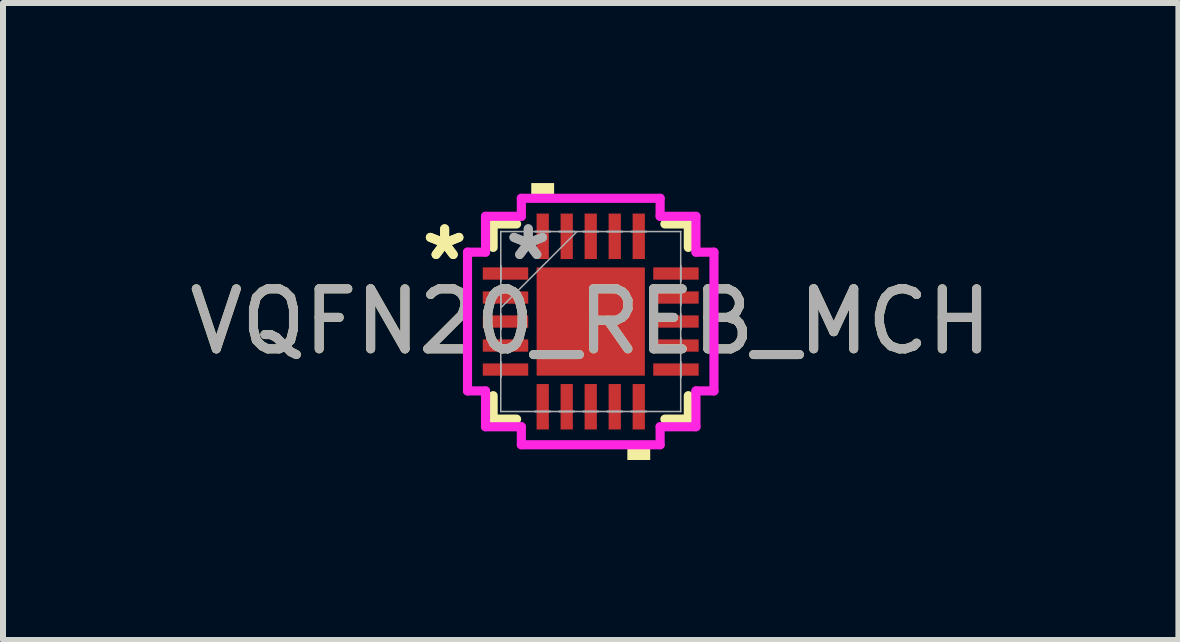
<source format=kicad_pcb>
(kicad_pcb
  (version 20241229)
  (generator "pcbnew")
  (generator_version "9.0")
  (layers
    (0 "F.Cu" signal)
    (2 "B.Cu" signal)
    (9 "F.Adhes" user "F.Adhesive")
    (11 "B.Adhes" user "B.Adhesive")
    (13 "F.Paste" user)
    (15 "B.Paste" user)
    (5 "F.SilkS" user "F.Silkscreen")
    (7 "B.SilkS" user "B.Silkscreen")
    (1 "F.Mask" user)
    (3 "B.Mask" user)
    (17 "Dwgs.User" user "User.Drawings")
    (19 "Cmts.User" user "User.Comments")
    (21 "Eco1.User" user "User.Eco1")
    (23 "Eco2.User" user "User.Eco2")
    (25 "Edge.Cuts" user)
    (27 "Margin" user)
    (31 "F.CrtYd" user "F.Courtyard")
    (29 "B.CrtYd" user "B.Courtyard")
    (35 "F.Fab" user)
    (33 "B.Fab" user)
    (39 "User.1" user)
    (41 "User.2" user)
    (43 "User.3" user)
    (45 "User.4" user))
  (footprint "VQFN20_REB_MCH"
    (layer "F.Cu")
    (at 6.792 2.307)
    (property "Reference" "VQFN20_REB_MCH" (at 0 0 0) (unlocked yes) (layer "F.SilkS") (effects (font (size 1 1) (thickness 0.15))))
    (attr smd)
    (fp_line (start -1.626 -1.626) (end -1.626 -1.235) (stroke (width 0.152) (type solid)) (layer "F.SilkS"))
    (fp_line (start -1.626 1.235) (end -1.626 1.626) (stroke (width 0.152) (type solid)) (layer "F.SilkS"))
    (fp_line (start -1.626 1.626) (end -1.235 1.626) (stroke (width 0.152) (type solid)) (layer "F.SilkS"))
    (fp_line (start -1.235 -1.626) (end -1.626 -1.626) (stroke (width 0.152) (type solid)) (layer "F.SilkS"))
    (fp_line (start 1.235 1.626) (end 1.626 1.626) (stroke (width 0.152) (type solid)) (layer "F.SilkS"))
    (fp_line (start 1.626 -1.626) (end 1.235 -1.626) (stroke (width 0.152) (type solid)) (layer "F.SilkS"))
    (fp_line (start 1.626 -1.235) (end 1.626 -1.626) (stroke (width 0.152) (type solid)) (layer "F.SilkS"))
    (fp_line (start 1.626 1.626) (end 1.626 1.235) (stroke (width 0.152) (type solid)) (layer "F.SilkS"))
    (fp_poly (pts (xy -0.991 -2.053) (xy -0.991 -2.307) (xy -0.61 -2.307) (xy -0.61 -2.053)) (stroke (width 0) (type solid)) (fill yes) (layer "F.SilkS"))
    (fp_poly (pts (xy 0.61 2.053) (xy 0.61 2.307) (xy 0.991 2.307) (xy 0.991 2.053)) (stroke (width 0) (type solid)) (fill yes) (layer "F.SilkS"))
    (fp_line (start -2.053 -1.156) (end -1.753 -1.156) (stroke (width 0.152) (type solid)) (layer "F.CrtYd"))
    (fp_line (start -2.053 1.156) (end -2.053 -1.156) (stroke (width 0.152) (type solid)) (layer "F.CrtYd"))
    (fp_line (start -1.753 -1.753) (end -1.156 -1.753) (stroke (width 0.152) (type solid)) (layer "F.CrtYd"))
    (fp_line (start -1.753 -1.156) (end -1.753 -1.753) (stroke (width 0.152) (type solid)) (layer "F.CrtYd"))
    (fp_line (start -1.753 1.156) (end -2.053 1.156) (stroke (width 0.152) (type solid)) (layer "F.CrtYd"))
    (fp_line (start -1.753 1.753) (end -1.753 1.156) (stroke (width 0.152) (type solid)) (layer "F.CrtYd"))
    (fp_line (start -1.156 -2.053) (end 1.156 -2.053) (stroke (width 0.152) (type solid)) (layer "F.CrtYd"))
    (fp_line (start -1.156 -1.753) (end -1.156 -2.053) (stroke (width 0.152) (type solid)) (layer "F.CrtYd"))
    (fp_line (start -1.156 1.753) (end -1.753 1.753) (stroke (width 0.152) (type solid)) (layer "F.CrtYd"))
    (fp_line (start -1.156 2.053) (end -1.156 1.753) (stroke (width 0.152) (type solid)) (layer "F.CrtYd"))
    (fp_line (start 1.156 -2.053) (end 1.156 -1.753) (stroke (width 0.152) (type solid)) (layer "F.CrtYd"))
    (fp_line (start 1.156 -1.753) (end 1.753 -1.753) (stroke (width 0.152) (type solid)) (layer "F.CrtYd"))
    (fp_line (start 1.156 1.753) (end 1.156 2.053) (stroke (width 0.152) (type solid)) (layer "F.CrtYd"))
    (fp_line (start 1.156 2.053) (end -1.156 2.053) (stroke (width 0.152) (type solid)) (layer "F.CrtYd"))
    (fp_line (start 1.753 -1.753) (end 1.753 -1.156) (stroke (width 0.152) (type solid)) (layer "F.CrtYd"))
    (fp_line (start 1.753 -1.156) (end 2.053 -1.156) (stroke (width 0.152) (type solid)) (layer "F.CrtYd"))
    (fp_line (start 1.753 1.156) (end 1.753 1.753) (stroke (width 0.152) (type solid)) (layer "F.CrtYd"))
    (fp_line (start 1.753 1.753) (end 1.156 1.753) (stroke (width 0.152) (type solid)) (layer "F.CrtYd"))
    (fp_line (start 2.053 -1.156) (end 2.053 1.156) (stroke (width 0.152) (type solid)) (layer "F.CrtYd"))
    (fp_line (start 2.053 1.156) (end 1.753 1.156) (stroke (width 0.152) (type solid)) (layer "F.CrtYd"))
    (fp_line (start -1.499 -1.499) (end -1.499 -1.499) (stroke (width 0.025) (type solid)) (layer "F.Fab"))
    (fp_line (start -1.499 -1.499) (end -1.499 1.499) (stroke (width 0.025) (type solid)) (layer "F.Fab"))
    (fp_line (start -1.499 -0.927) (end -1.499 -0.927) (stroke (width 0.025) (type solid)) (layer "F.Fab"))
    (fp_line (start -1.499 -0.927) (end -1.499 -0.673) (stroke (width 0.025) (type solid)) (layer "F.Fab"))
    (fp_line (start -1.499 -0.673) (end -1.499 -0.927) (stroke (width 0.025) (type solid)) (layer "F.Fab"))
    (fp_line (start -1.499 -0.673) (end -1.499 -0.673) (stroke (width 0.025) (type solid)) (layer "F.Fab"))
    (fp_line (start -1.499 -0.527) (end -1.499 -0.527) (stroke (width 0.025) (type solid)) (layer "F.Fab"))
    (fp_line (start -1.499 -0.527) (end -1.499 -0.273) (stroke (width 0.025) (type solid)) (layer "F.Fab"))
    (fp_line (start -1.499 -0.273) (end -1.499 -0.527) (stroke (width 0.025) (type solid)) (layer "F.Fab"))
    (fp_line (start -1.499 -0.273) (end -1.499 -0.273) (stroke (width 0.025) (type solid)) (layer "F.Fab"))
    (fp_line (start -1.499 -0.229) (end -0.229 -1.499) (stroke (width 0.025) (type solid)) (layer "F.Fab"))
    (fp_line (start -1.499 -0.127) (end -1.499 -0.127) (stroke (width 0.025) (type solid)) (layer "F.Fab"))
    (fp_line (start -1.499 -0.127) (end -1.499 0.127) (stroke (width 0.025) (type solid)) (layer "F.Fab"))
    (fp_line (start -1.499 0.127) (end -1.499 -0.127) (stroke (width 0.025) (type solid)) (layer "F.Fab"))
    (fp_line (start -1.499 0.127) (end -1.499 0.127) (stroke (width 0.025) (type solid)) (layer "F.Fab"))
    (fp_line (start -1.499 0.273) (end -1.499 0.273) (stroke (width 0.025) (type solid)) (layer "F.Fab"))
    (fp_line (start -1.499 0.273) (end -1.499 0.527) (stroke (width 0.025) (type solid)) (layer "F.Fab"))
    (fp_line (start -1.499 0.527) (end -1.499 0.273) (stroke (width 0.025) (type solid)) (layer "F.Fab"))
    (fp_line (start -1.499 0.527) (end -1.499 0.527) (stroke (width 0.025) (type solid)) (layer "F.Fab"))
    (fp_line (start -1.499 0.673) (end -1.499 0.673) (stroke (width 0.025) (type solid)) (layer "F.Fab"))
    (fp_line (start -1.499 0.673) (end -1.499 0.927) (stroke (width 0.025) (type solid)) (layer "F.Fab"))
    (fp_line (start -1.499 0.927) (end -1.499 0.673) (stroke (width 0.025) (type solid)) (layer "F.Fab"))
    (fp_line (start -1.499 0.927) (end -1.499 0.927) (stroke (width 0.025) (type solid)) (layer "F.Fab"))
    (fp_line (start -1.499 1.499) (end -1.499 1.499) (stroke (width 0.025) (type solid)) (layer "F.Fab"))
    (fp_line (start -1.499 1.499) (end 1.499 1.499) (stroke (width 0.025) (type solid)) (layer "F.Fab"))
    (fp_line (start -0.927 -1.499) (end -0.927 -1.499) (stroke (width 0.025) (type solid)) (layer "F.Fab"))
    (fp_line (start -0.927 -1.499) (end -0.673 -1.499) (stroke (width 0.025) (type solid)) (layer "F.Fab"))
    (fp_line (start -0.927 1.499) (end -0.927 1.499) (stroke (width 0.025) (type solid)) (layer "F.Fab"))
    (fp_line (start -0.927 1.499) (end -0.673 1.499) (stroke (width 0.025) (type solid)) (layer "F.Fab"))
    (fp_line (start -0.673 -1.499) (end -0.927 -1.499) (stroke (width 0.025) (type solid)) (layer "F.Fab"))
    (fp_line (start -0.673 -1.499) (end -0.673 -1.499) (stroke (width 0.025) (type solid)) (layer "F.Fab"))
    (fp_line (start -0.673 1.499) (end -0.927 1.499) (stroke (width 0.025) (type solid)) (layer "F.Fab"))
    (fp_line (start -0.673 1.499) (end -0.673 1.499) (stroke (width 0.025) (type solid)) (layer "F.Fab"))
    (fp_line (start -0.527 -1.499) (end -0.527 -1.499) (stroke (width 0.025) (type solid)) (layer "F.Fab"))
    (fp_line (start -0.527 -1.499) (end -0.273 -1.499) (stroke (width 0.025) (type solid)) (layer "F.Fab"))
    (fp_line (start -0.527 1.499) (end -0.527 1.499) (stroke (width 0.025) (type solid)) (layer "F.Fab"))
    (fp_line (start -0.527 1.499) (end -0.273 1.499) (stroke (width 0.025) (type solid)) (layer "F.Fab"))
    (fp_line (start -0.273 -1.499) (end -0.527 -1.499) (stroke (width 0.025) (type solid)) (layer "F.Fab"))
    (fp_line (start -0.273 -1.499) (end -0.273 -1.499) (stroke (width 0.025) (type solid)) (layer "F.Fab"))
    (fp_line (start -0.273 1.499) (end -0.527 1.499) (stroke (width 0.025) (type solid)) (layer "F.Fab"))
    (fp_line (start -0.273 1.499) (end -0.273 1.499) (stroke (width 0.025) (type solid)) (layer "F.Fab"))
    (fp_line (start -0.127 -1.499) (end -0.127 -1.499) (stroke (width 0.025) (type solid)) (layer "F.Fab"))
    (fp_line (start -0.127 -1.499) (end 0.127 -1.499) (stroke (width 0.025) (type solid)) (layer "F.Fab"))
    (fp_line (start -0.127 1.499) (end -0.127 1.499) (stroke (width 0.025) (type solid)) (layer "F.Fab"))
    (fp_line (start -0.127 1.499) (end 0.127 1.499) (stroke (width 0.025) (type solid)) (layer "F.Fab"))
    (fp_line (start 0.127 -1.499) (end -0.127 -1.499) (stroke (width 0.025) (type solid)) (layer "F.Fab"))
    (fp_line (start 0.127 -1.499) (end 0.127 -1.499) (stroke (width 0.025) (type solid)) (layer "F.Fab"))
    (fp_line (start 0.127 1.499) (end -0.127 1.499) (stroke (width 0.025) (type solid)) (layer "F.Fab"))
    (fp_line (start 0.127 1.499) (end 0.127 1.499) (stroke (width 0.025) (type solid)) (layer "F.Fab"))
    (fp_line (start 0.273 -1.499) (end 0.273 -1.499) (stroke (width 0.025) (type solid)) (layer "F.Fab"))
    (fp_line (start 0.273 -1.499) (end 0.527 -1.499) (stroke (width 0.025) (type solid)) (layer "F.Fab"))
    (fp_line (start 0.273 1.499) (end 0.273 1.499) (stroke (width 0.025) (type solid)) (layer "F.Fab"))
    (fp_line (start 0.273 1.499) (end 0.527 1.499) (stroke (width 0.025) (type solid)) (layer "F.Fab"))
    (fp_line (start 0.527 -1.499) (end 0.273 -1.499) (stroke (width 0.025) (type solid)) (layer "F.Fab"))
    (fp_line (start 0.527 -1.499) (end 0.527 -1.499) (stroke (width 0.025) (type solid)) (layer "F.Fab"))
    (fp_line (start 0.527 1.499) (end 0.273 1.499) (stroke (width 0.025) (type solid)) (layer "F.Fab"))
    (fp_line (start 0.527 1.499) (end 0.527 1.499) (stroke (width 0.025) (type solid)) (layer "F.Fab"))
    (fp_line (start 0.673 -1.499) (end 0.673 -1.499) (stroke (width 0.025) (type solid)) (layer "F.Fab"))
    (fp_line (start 0.673 -1.499) (end 0.927 -1.499) (stroke (width 0.025) (type solid)) (layer "F.Fab"))
    (fp_line (start 0.673 1.499) (end 0.673 1.499) (stroke (width 0.025) (type solid)) (layer "F.Fab"))
    (fp_line (start 0.673 1.499) (end 0.927 1.499) (stroke (width 0.025) (type solid)) (layer "F.Fab"))
    (fp_line (start 0.927 -1.499) (end 0.673 -1.499) (stroke (width 0.025) (type solid)) (layer "F.Fab"))
    (fp_line (start 0.927 -1.499) (end 0.927 -1.499) (stroke (width 0.025) (type solid)) (layer "F.Fab"))
    (fp_line (start 0.927 1.499) (end 0.673 1.499) (stroke (width 0.025) (type solid)) (layer "F.Fab"))
    (fp_line (start 0.927 1.499) (end 0.927 1.499) (stroke (width 0.025) (type solid)) (layer "F.Fab"))
    (fp_line (start 1.499 -1.499) (end -1.499 -1.499) (stroke (width 0.025) (type solid)) (layer "F.Fab"))
    (fp_line (start 1.499 -1.499) (end 1.499 -1.499) (stroke (width 0.025) (type solid)) (layer "F.Fab"))
    (fp_line (start 1.499 -0.927) (end 1.499 -0.927) (stroke (width 0.025) (type solid)) (layer "F.Fab"))
    (fp_line (start 1.499 -0.927) (end 1.499 -0.673) (stroke (width 0.025) (type solid)) (layer "F.Fab"))
    (fp_line (start 1.499 -0.673) (end 1.499 -0.927) (stroke (width 0.025) (type solid)) (layer "F.Fab"))
    (fp_line (start 1.499 -0.673) (end 1.499 -0.673) (stroke (width 0.025) (type solid)) (layer "F.Fab"))
    (fp_line (start 1.499 -0.527) (end 1.499 -0.527) (stroke (width 0.025) (type solid)) (layer "F.Fab"))
    (fp_line (start 1.499 -0.527) (end 1.499 -0.273) (stroke (width 0.025) (type solid)) (layer "F.Fab"))
    (fp_line (start 1.499 -0.273) (end 1.499 -0.527) (stroke (width 0.025) (type solid)) (layer "F.Fab"))
    (fp_line (start 1.499 -0.273) (end 1.499 -0.273) (stroke (width 0.025) (type solid)) (layer "F.Fab"))
    (fp_line (start 1.499 -0.127) (end 1.499 -0.127) (stroke (width 0.025) (type solid)) (layer "F.Fab"))
    (fp_line (start 1.499 -0.127) (end 1.499 0.127) (stroke (width 0.025) (type solid)) (layer "F.Fab"))
    (fp_line (start 1.499 0.127) (end 1.499 -0.127) (stroke (width 0.025) (type solid)) (layer "F.Fab"))
    (fp_line (start 1.499 0.127) (end 1.499 0.127) (stroke (width 0.025) (type solid)) (layer "F.Fab"))
    (fp_line (start 1.499 0.273) (end 1.499 0.273) (stroke (width 0.025) (type solid)) (layer "F.Fab"))
    (fp_line (start 1.499 0.273) (end 1.499 0.527) (stroke (width 0.025) (type solid)) (layer "F.Fab"))
    (fp_line (start 1.499 0.527) (end 1.499 0.273) (stroke (width 0.025) (type solid)) (layer "F.Fab"))
    (fp_line (start 1.499 0.527) (end 1.499 0.527) (stroke (width 0.025) (type solid)) (layer "F.Fab"))
    (fp_line (start 1.499 0.673) (end 1.499 0.673) (stroke (width 0.025) (type solid)) (layer "F.Fab"))
    (fp_line (start 1.499 0.673) (end 1.499 0.927) (stroke (width 0.025) (type solid)) (layer "F.Fab"))
    (fp_line (start 1.499 0.927) (end 1.499 0.673) (stroke (width 0.025) (type solid)) (layer "F.Fab"))
    (fp_line (start 1.499 0.927) (end 1.499 0.927) (stroke (width 0.025) (type solid)) (layer "F.Fab"))
    (fp_line (start 1.499 1.499) (end 1.499 -1.499) (stroke (width 0.025) (type solid)) (layer "F.Fab"))
    (fp_line (start 1.499 1.499) (end 1.499 1.499) (stroke (width 0.025) (type solid)) (layer "F.Fab"))
    (fp_text user "*" (at -2.434 -1 0) (unlocked yes) (layer "F.SilkS") (effects (font (size 1 1) (thickness 0.15))))
    (fp_text user "*" (at -2.434 -1 0) (layer "F.SilkS") (effects (font (size 1 1) (thickness 0.15))))
    (fp_text user "${REFERENCE}" (at 0 0 0) (unlocked yes) (layer "F.Fab") (effects (font (size 1 1) (thickness 0.15))))
    (fp_text user "*" (at -1.041 -1 0) (unlocked yes) (layer "F.Fab") (effects (font (size 1 1) (thickness 0.15))))
    (fp_text user "*" (at -1.041 -1 0) (layer "F.Fab") (effects (font (size 1 1) (thickness 0.15))))
    (pad "1" smd rect (at -1.42 -0.8 90) (size 0.204 0.757) (layers "F.Cu" "F.Mask" "F.Paste"))
    (pad "2" smd rect (at -1.42 -0.4 90) (size 0.204 0.757) (layers "F.Cu" "F.Mask" "F.Paste"))
    (pad "3" smd rect (at -1.42 0 90) (size 0.204 0.757) (layers "F.Cu" "F.Mask" "F.Paste"))
    (pad "4" smd rect (at -1.42 0.4 90) (size 0.204 0.757) (layers "F.Cu" "F.Mask" "F.Paste"))
    (pad "5" smd rect (at -1.42 0.8 90) (size 0.204 0.757) (layers "F.Cu" "F.Mask" "F.Paste"))
    (pad "6" smd rect (at -0.8 1.42) (size 0.204 0.757) (layers "F.Cu" "F.Mask" "F.Paste"))
    (pad "7" smd rect (at -0.4 1.42) (size 0.204 0.757) (layers "F.Cu" "F.Mask" "F.Paste"))
    (pad "8" smd rect (at 0 1.42) (size 0.204 0.757) (layers "F.Cu" "F.Mask" "F.Paste"))
    (pad "9" smd rect (at 0.4 1.42) (size 0.204 0.757) (layers "F.Cu" "F.Mask" "F.Paste"))
    (pad "10" smd rect (at 0.8 1.42) (size 0.204 0.757) (layers "F.Cu" "F.Mask" "F.Paste"))
    (pad "11" smd rect (at 1.42 0.8 90) (size 0.204 0.757) (layers "F.Cu" "F.Mask" "F.Paste"))
    (pad "12" smd rect (at 1.42 0.4 90) (size 0.204 0.757) (layers "F.Cu" "F.Mask" "F.Paste"))
    (pad "13" smd rect (at 1.42 0 90) (size 0.204 0.757) (layers "F.Cu" "F.Mask" "F.Paste"))
    (pad "14" smd rect (at 1.42 -0.4 90) (size 0.204 0.757) (layers "F.Cu" "F.Mask" "F.Paste"))
    (pad "15" smd rect (at 1.42 -0.8 90) (size 0.204 0.757) (layers "F.Cu" "F.Mask" "F.Paste"))
    (pad "16" smd rect (at 0.8 -1.42) (size 0.204 0.757) (layers "F.Cu" "F.Mask" "F.Paste"))
    (pad "17" smd rect (at 0.4 -1.42) (size 0.204 0.757) (layers "F.Cu" "F.Mask" "F.Paste"))
    (pad "18" smd rect (at 0 -1.42) (size 0.204 0.757) (layers "F.Cu" "F.Mask" "F.Paste"))
    (pad "19" smd rect (at -0.4 -1.42) (size 0.204 0.757) (layers "F.Cu" "F.Mask" "F.Paste"))
    (pad "20" smd rect (at -0.8 -1.42) (size 0.204 0.757) (layers "F.Cu" "F.Mask" "F.Paste"))
    (pad "21" smd rect (at 0 0) (size 1.803 1.803) (layers "F.Cu" "F.Mask" "F.Paste")))
  (gr_rect
    (start -3 -3)
    (end 16.583 7.613)
    (stroke (width 0.1) (type default))
    (fill no)
    (layer "Edge.Cuts")))
</source>
